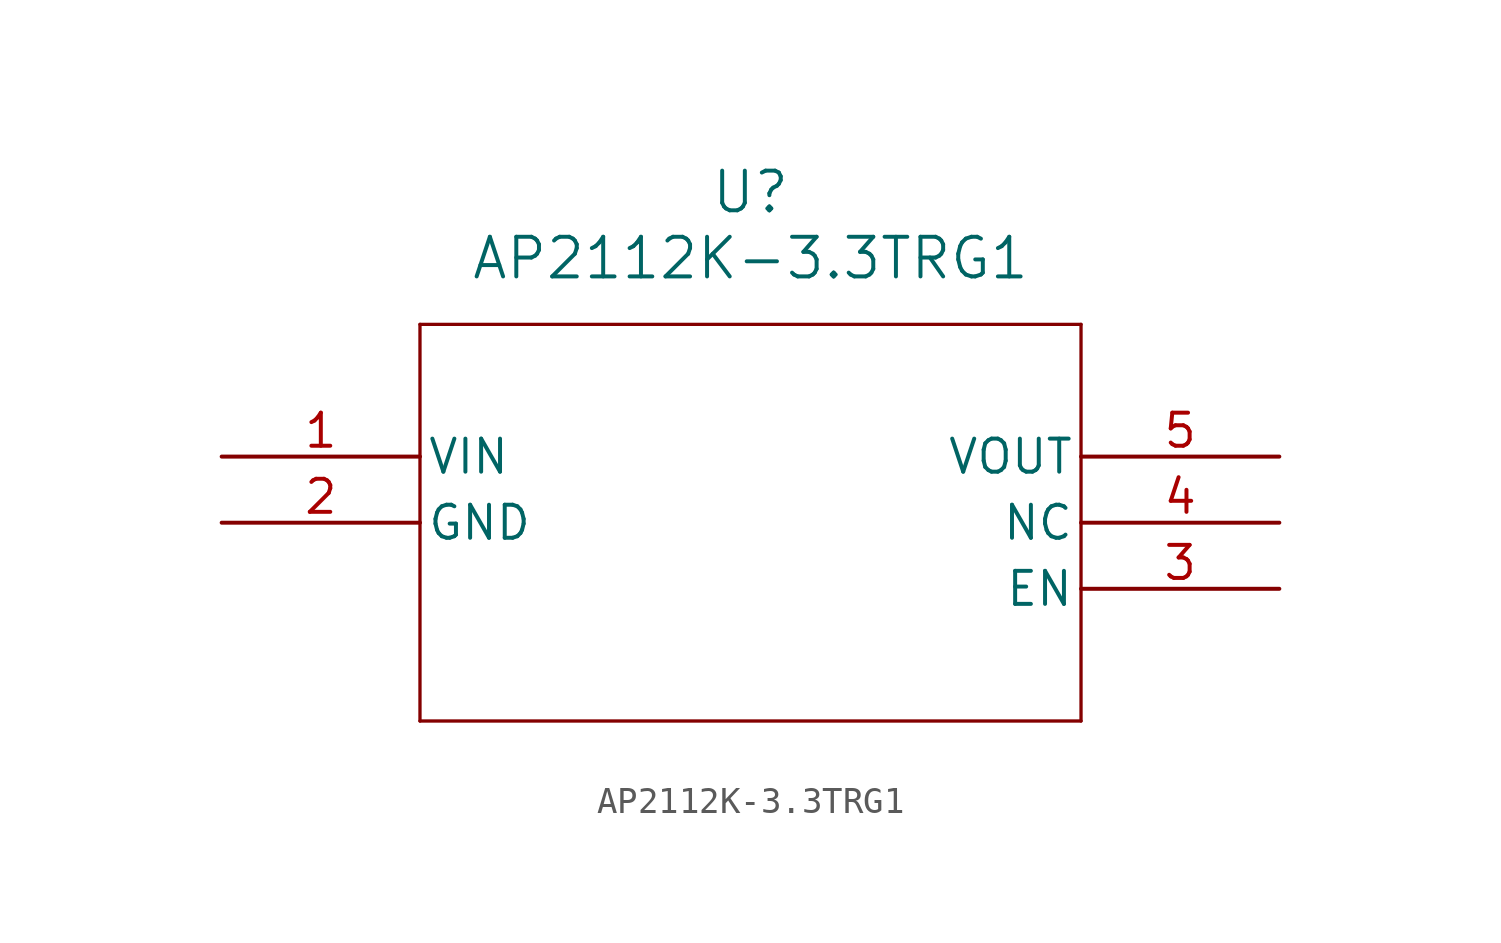
<source format=kicad_sym>
(kicad_symbol_lib
  (version 20211014)
  (generator kicad_symbol_editor)
  (symbol "AP2112K-3.3TRG1"
    (pin_names
      (offset 0.254))
    (property "Reference" "U"
      (at 20.32 10.16 0)
      (effects (font (size 1.524 1.524))))
    (property "Value" "AP2112K-3.3TRG1"
      (at 20.32 7.62 0)
      (effects (font (size 1.524 1.524))))
    (polyline
      (pts (xy 7.62 5.08) (xy 7.62 -10.16))
      (stroke (width 0.127) (type default) (color 0 0 0 0))
      (fill (type none)))
    (polyline
      (pts (xy 7.62 -10.16) (xy 33.02 -10.16))
      (stroke (width 0.127) (type default) (color 0 0 0 0))
      (fill (type none)))
    (polyline
      (pts (xy 33.02 -10.16) (xy 33.02 5.08))
      (stroke (width 0.127) (type default) (color 0 0 0 0))
      (fill (type none)))
    (polyline
      (pts (xy 33.02 5.08) (xy 7.62 5.08))
      (stroke (width 0.127) (type default) (color 0 0 0 0))
      (fill (type none)))
    (pin unspecified line
      (at 0 0 0)
      (length 7.62)
      (name "VIN" (effects (font (size 1.27 1.27))))
      (number "1" (effects (font (size 1.27 1.27)))))
    (pin unspecified line
      (at 0 -2.54 0)
      (length 7.62)
      (name "GND" (effects (font (size 1.27 1.27))))
      (number "2" (effects (font (size 1.27 1.27)))))
    (pin unspecified line
      (at 40.64 -5.08 180)
      (length 7.62)
      (name "EN" (effects (font (size 1.27 1.27))))
      (number "3" (effects (font (size 1.27 1.27)))))
    (pin unspecified line
      (at 40.64 -2.54 180)
      (length 7.62)
      (name "NC" (effects (font (size 1.27 1.27))))
      (number "4" (effects (font (size 1.27 1.27)))))
    (pin unspecified line
      (at 40.64 0 180)
      (length 7.62)
      (name "VOUT" (effects (font (size 1.27 1.27))))
      (number "5" (effects (font (size 1.27 1.27)))))))
</source>
